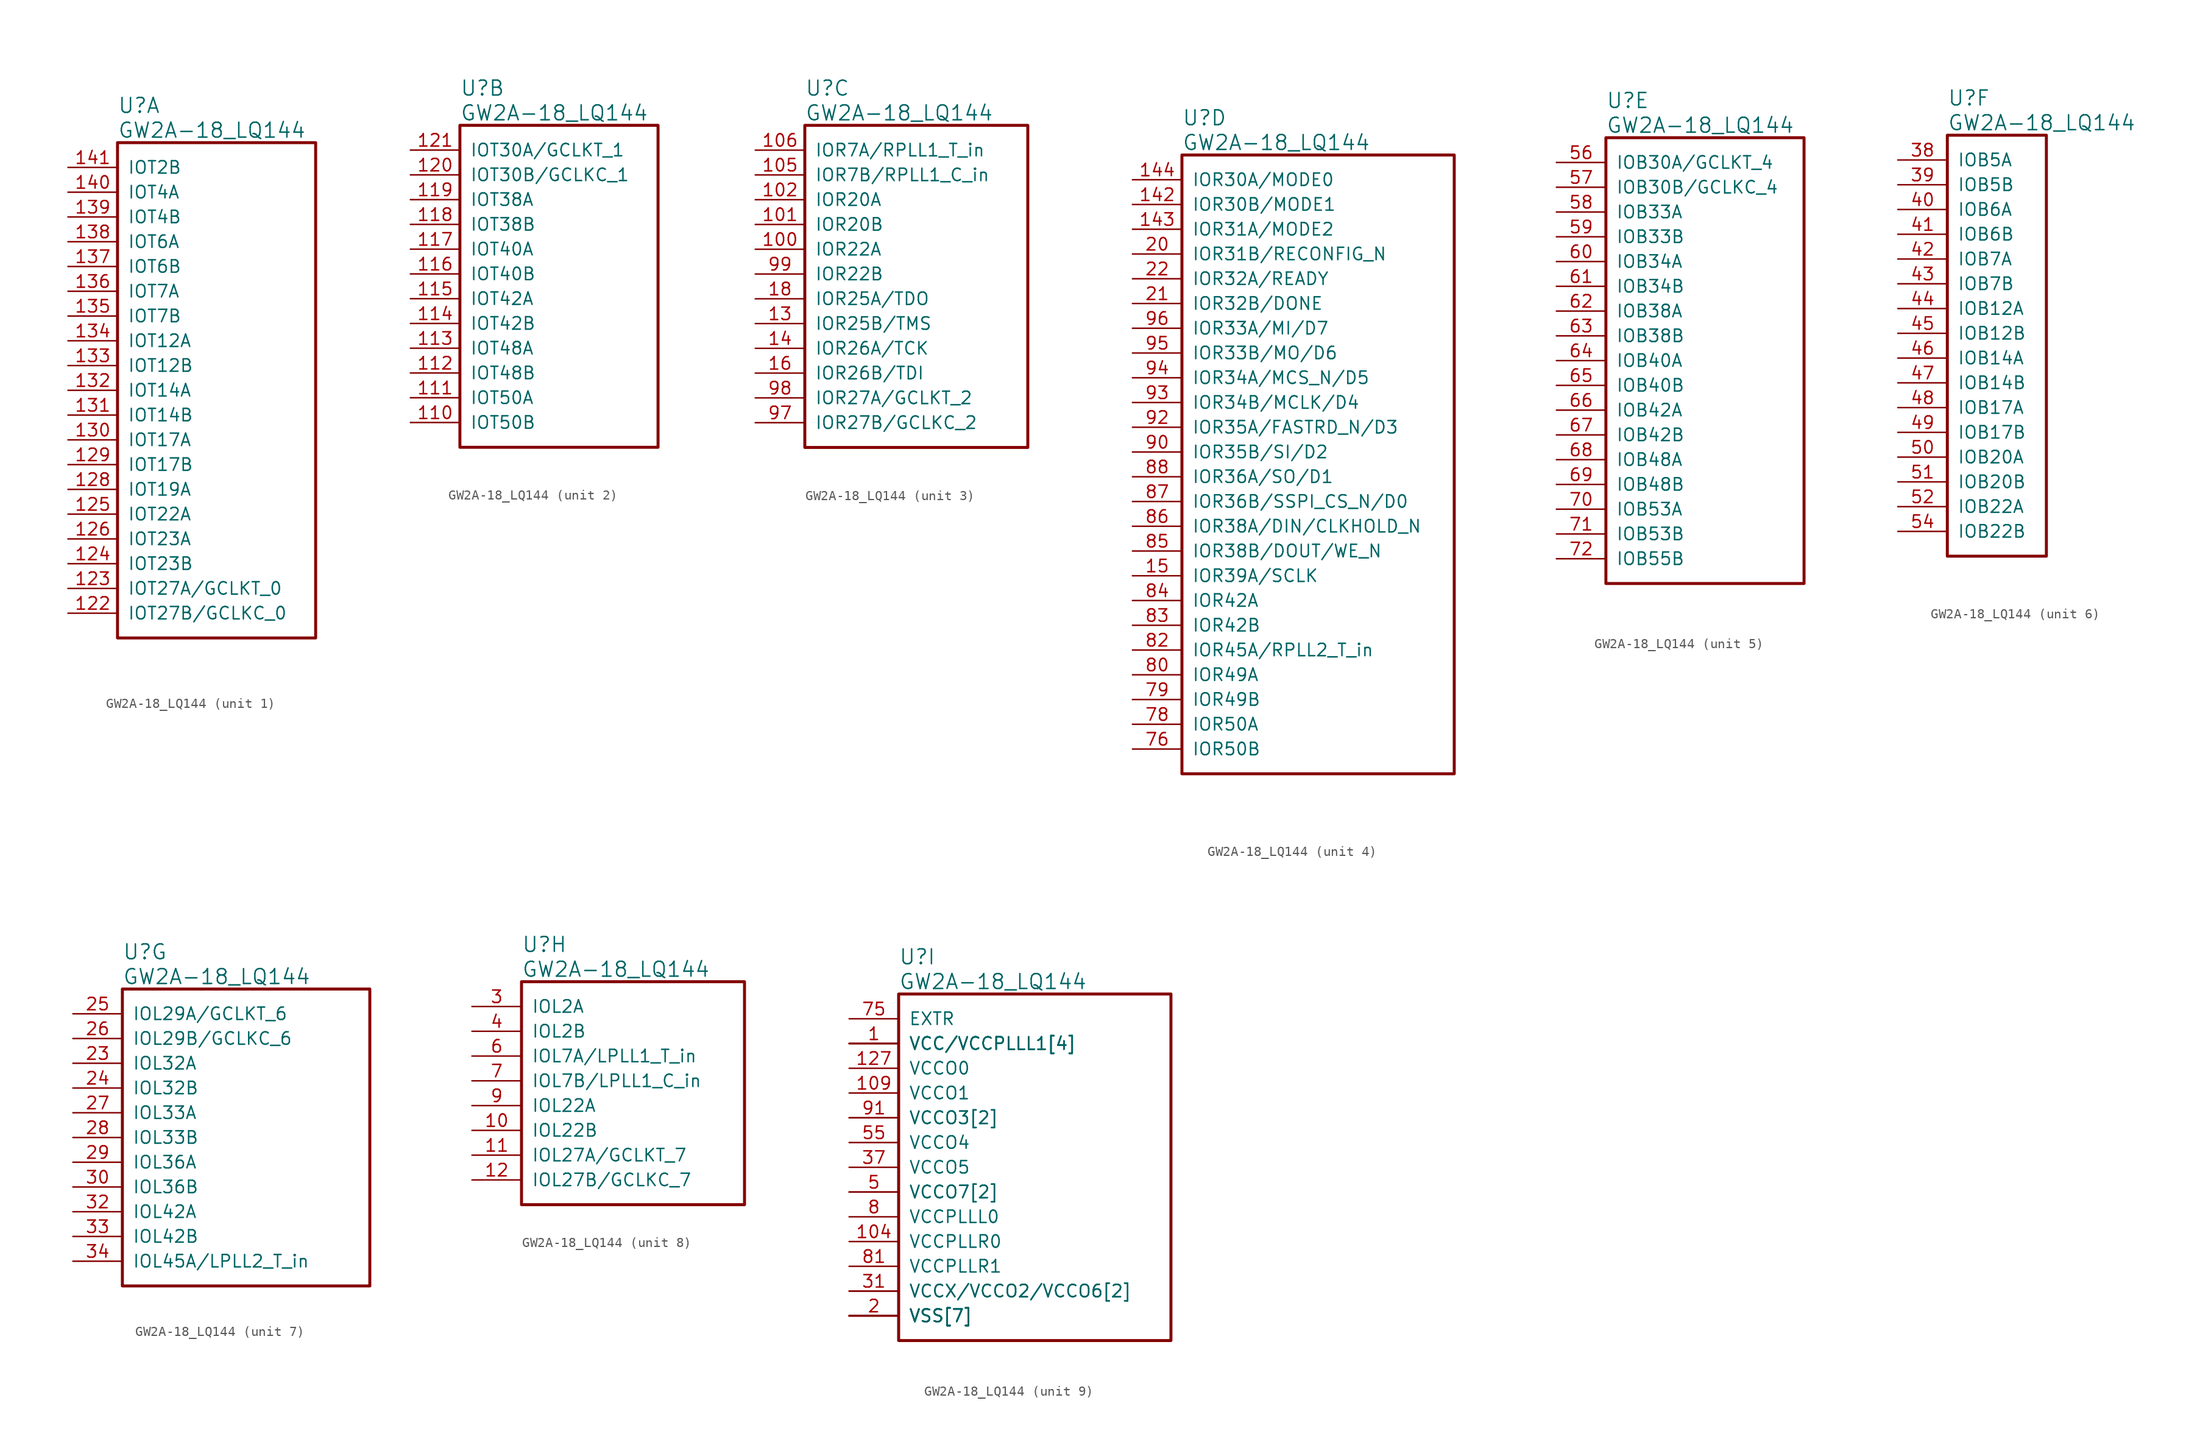
<source format=kicad_sym>
(kicad_symbol_lib
  (version 20211014)
  (generator kicad_symbol_editor)
  (symbol "GW2A-18_LQ144"
    (pin_names
      (offset 1.016))
    (property "Reference" "U"
      (at 5.08 6.35 0)
      (effects (font (size 1.524 1.524)) (justify left)))
    (property "Value" "GW2A-18_LQ144"
      (at 5.08 3.81 0)
      (effects (font (size 1.524 1.524)) (justify left)))
    (property "ki_locked" ""
      (at 0 0 0)
      (effects (font (size 1.27 1.27))))
    (symbol "GW2A-18_LQ144_1_1"
      (rectangle (start 5.08 2.54) (end 25.4 -48.26) (stroke (width 0.305) (type default) (color 0 0 0 0)) (fill (type none)))
      (pin bidirectional line (at 0 -45.72 0) (length 5.08) (name "IOT27B/GCLKC_0" (effects (font (size 1.27 1.27)))) (number "122" (effects (font (size 1.27 1.27)))))
      (pin bidirectional line (at 0 -43.18 0) (length 5.08) (name "IOT27A/GCLKT_0" (effects (font (size 1.27 1.27)))) (number "123" (effects (font (size 1.27 1.27)))))
      (pin bidirectional line (at 0 -40.64 0) (length 5.08) (name "IOT23B" (effects (font (size 1.27 1.27)))) (number "124" (effects (font (size 1.27 1.27)))))
      (pin bidirectional line (at 0 -35.56 0) (length 5.08) (name "IOT22A" (effects (font (size 1.27 1.27)))) (number "125" (effects (font (size 1.27 1.27)))))
      (pin bidirectional line (at 0 -38.1 0) (length 5.08) (name "IOT23A" (effects (font (size 1.27 1.27)))) (number "126" (effects (font (size 1.27 1.27)))))
      (pin bidirectional line (at 0 -33.02 0) (length 5.08) (name "IOT19A" (effects (font (size 1.27 1.27)))) (number "128" (effects (font (size 1.27 1.27)))))
      (pin bidirectional line (at 0 -30.48 0) (length 5.08) (name "IOT17B" (effects (font (size 1.27 1.27)))) (number "129" (effects (font (size 1.27 1.27)))))
      (pin bidirectional line (at 0 -27.94 0) (length 5.08) (name "IOT17A" (effects (font (size 1.27 1.27)))) (number "130" (effects (font (size 1.27 1.27)))))
      (pin bidirectional line (at 0 -25.4 0) (length 5.08) (name "IOT14B" (effects (font (size 1.27 1.27)))) (number "131" (effects (font (size 1.27 1.27)))))
      (pin bidirectional line (at 0 -22.86 0) (length 5.08) (name "IOT14A" (effects (font (size 1.27 1.27)))) (number "132" (effects (font (size 1.27 1.27)))))
      (pin bidirectional line (at 0 -20.32 0) (length 5.08) (name "IOT12B" (effects (font (size 1.27 1.27)))) (number "133" (effects (font (size 1.27 1.27)))))
      (pin bidirectional line (at 0 -17.78 0) (length 5.08) (name "IOT12A" (effects (font (size 1.27 1.27)))) (number "134" (effects (font (size 1.27 1.27)))))
      (pin bidirectional line (at 0 -15.24 0) (length 5.08) (name "IOT7B" (effects (font (size 1.27 1.27)))) (number "135" (effects (font (size 1.27 1.27)))))
      (pin bidirectional line (at 0 -12.7 0) (length 5.08) (name "IOT7A" (effects (font (size 1.27 1.27)))) (number "136" (effects (font (size 1.27 1.27)))))
      (pin bidirectional line (at 0 -10.16 0) (length 5.08) (name "IOT6B" (effects (font (size 1.27 1.27)))) (number "137" (effects (font (size 1.27 1.27)))))
      (pin bidirectional line (at 0 -7.62 0) (length 5.08) (name "IOT6A" (effects (font (size 1.27 1.27)))) (number "138" (effects (font (size 1.27 1.27)))))
      (pin bidirectional line (at 0 -5.08 0) (length 5.08) (name "IOT4B" (effects (font (size 1.27 1.27)))) (number "139" (effects (font (size 1.27 1.27)))))
      (pin bidirectional line (at 0 -2.54 0) (length 5.08) (name "IOT4A" (effects (font (size 1.27 1.27)))) (number "140" (effects (font (size 1.27 1.27)))))
      (pin bidirectional line (at 0 0 0) (length 5.08) (name "IOT2B" (effects (font (size 1.27 1.27)))) (number "141" (effects (font (size 1.27 1.27))))))
    (symbol "GW2A-18_LQ144_2_1"
      (rectangle (start 5.08 2.54) (end 25.4 -30.48) (stroke (width 0.305) (type default) (color 0 0 0 0)) (fill (type none)))
      (pin bidirectional line (at 0 -27.94 0) (length 5.08) (name "IOT50B" (effects (font (size 1.27 1.27)))) (number "110" (effects (font (size 1.27 1.27)))))
      (pin bidirectional line (at 0 -25.4 0) (length 5.08) (name "IOT50A" (effects (font (size 1.27 1.27)))) (number "111" (effects (font (size 1.27 1.27)))))
      (pin bidirectional line (at 0 -22.86 0) (length 5.08) (name "IOT48B" (effects (font (size 1.27 1.27)))) (number "112" (effects (font (size 1.27 1.27)))))
      (pin bidirectional line (at 0 -20.32 0) (length 5.08) (name "IOT48A" (effects (font (size 1.27 1.27)))) (number "113" (effects (font (size 1.27 1.27)))))
      (pin bidirectional line (at 0 -17.78 0) (length 5.08) (name "IOT42B" (effects (font (size 1.27 1.27)))) (number "114" (effects (font (size 1.27 1.27)))))
      (pin bidirectional line (at 0 -15.24 0) (length 5.08) (name "IOT42A" (effects (font (size 1.27 1.27)))) (number "115" (effects (font (size 1.27 1.27)))))
      (pin bidirectional line (at 0 -12.7 0) (length 5.08) (name "IOT40B" (effects (font (size 1.27 1.27)))) (number "116" (effects (font (size 1.27 1.27)))))
      (pin bidirectional line (at 0 -10.16 0) (length 5.08) (name "IOT40A" (effects (font (size 1.27 1.27)))) (number "117" (effects (font (size 1.27 1.27)))))
      (pin bidirectional line (at 0 -7.62 0) (length 5.08) (name "IOT38B" (effects (font (size 1.27 1.27)))) (number "118" (effects (font (size 1.27 1.27)))))
      (pin bidirectional line (at 0 -5.08 0) (length 5.08) (name "IOT38A" (effects (font (size 1.27 1.27)))) (number "119" (effects (font (size 1.27 1.27)))))
      (pin bidirectional line (at 0 -2.54 0) (length 5.08) (name "IOT30B/GCLKC_1" (effects (font (size 1.27 1.27)))) (number "120" (effects (font (size 1.27 1.27)))))
      (pin bidirectional line (at 0 0 0) (length 5.08) (name "IOT30A/GCLKT_1" (effects (font (size 1.27 1.27)))) (number "121" (effects (font (size 1.27 1.27))))))
    (symbol "GW2A-18_LQ144_3_1"
      (rectangle (start 5.08 2.54) (end 27.94 -30.48) (stroke (width 0.305) (type default) (color 0 0 0 0)) (fill (type none)))
      (pin bidirectional line (at 0 -10.16 0) (length 5.08) (name "IOR22A" (effects (font (size 1.27 1.27)))) (number "100" (effects (font (size 1.27 1.27)))))
      (pin bidirectional line (at 0 -7.62 0) (length 5.08) (name "IOR20B" (effects (font (size 1.27 1.27)))) (number "101" (effects (font (size 1.27 1.27)))))
      (pin bidirectional line (at 0 -5.08 0) (length 5.08) (name "IOR20A" (effects (font (size 1.27 1.27)))) (number "102" (effects (font (size 1.27 1.27)))))
      (pin bidirectional line (at 0 -2.54 0) (length 5.08) (name "IOR7B/RPLL1_C_in" (effects (font (size 1.27 1.27)))) (number "105" (effects (font (size 1.27 1.27)))))
      (pin bidirectional line (at 0 0 0) (length 5.08) (name "IOR7A/RPLL1_T_in" (effects (font (size 1.27 1.27)))) (number "106" (effects (font (size 1.27 1.27)))))
      (pin bidirectional line (at 0 -17.78 0) (length 5.08) (name "IOR25B/TMS" (effects (font (size 1.27 1.27)))) (number "13" (effects (font (size 1.27 1.27)))))
      (pin bidirectional line (at 0 -20.32 0) (length 5.08) (name "IOR26A/TCK" (effects (font (size 1.27 1.27)))) (number "14" (effects (font (size 1.27 1.27)))))
      (pin bidirectional line (at 0 -22.86 0) (length 5.08) (name "IOR26B/TDI" (effects (font (size 1.27 1.27)))) (number "16" (effects (font (size 1.27 1.27)))))
      (pin bidirectional line (at 0 -15.24 0) (length 5.08) (name "IOR25A/TDO" (effects (font (size 1.27 1.27)))) (number "18" (effects (font (size 1.27 1.27)))))
      (pin bidirectional line (at 0 -27.94 0) (length 5.08) (name "IOR27B/GCLKC_2" (effects (font (size 1.27 1.27)))) (number "97" (effects (font (size 1.27 1.27)))))
      (pin bidirectional line (at 0 -25.4 0) (length 5.08) (name "IOR27A/GCLKT_2" (effects (font (size 1.27 1.27)))) (number "98" (effects (font (size 1.27 1.27)))))
      (pin bidirectional line (at 0 -12.7 0) (length 5.08) (name "IOR22B" (effects (font (size 1.27 1.27)))) (number "99" (effects (font (size 1.27 1.27))))))
    (symbol "GW2A-18_LQ144_4_1"
      (rectangle (start 5.08 2.54) (end 33.02 -60.96) (stroke (width 0.305) (type default) (color 0 0 0 0)) (fill (type none)))
      (pin bidirectional line (at 0 -2.54 0) (length 5.08) (name "IOR30B/MODE1" (effects (font (size 1.27 1.27)))) (number "142" (effects (font (size 1.27 1.27)))))
      (pin bidirectional line (at 0 -5.08 0) (length 5.08) (name "IOR31A/MODE2" (effects (font (size 1.27 1.27)))) (number "143" (effects (font (size 1.27 1.27)))))
      (pin bidirectional line (at 0 0 0) (length 5.08) (name "IOR30A/MODE0" (effects (font (size 1.27 1.27)))) (number "144" (effects (font (size 1.27 1.27)))))
      (pin bidirectional line (at 0 -40.64 0) (length 5.08) (name "IOR39A/SCLK" (effects (font (size 1.27 1.27)))) (number "15" (effects (font (size 1.27 1.27)))))
      (pin bidirectional line (at 0 -7.62 0) (length 5.08) (name "IOR31B/RECONFIG_N" (effects (font (size 1.27 1.27)))) (number "20" (effects (font (size 1.27 1.27)))))
      (pin bidirectional line (at 0 -12.7 0) (length 5.08) (name "IOR32B/DONE" (effects (font (size 1.27 1.27)))) (number "21" (effects (font (size 1.27 1.27)))))
      (pin bidirectional line (at 0 -10.16 0) (length 5.08) (name "IOR32A/READY" (effects (font (size 1.27 1.27)))) (number "22" (effects (font (size 1.27 1.27)))))
      (pin bidirectional line (at 0 -58.42 0) (length 5.08) (name "IOR50B" (effects (font (size 1.27 1.27)))) (number "76" (effects (font (size 1.27 1.27)))))
      (pin bidirectional line (at 0 -55.88 0) (length 5.08) (name "IOR50A" (effects (font (size 1.27 1.27)))) (number "78" (effects (font (size 1.27 1.27)))))
      (pin bidirectional line (at 0 -53.34 0) (length 5.08) (name "IOR49B" (effects (font (size 1.27 1.27)))) (number "79" (effects (font (size 1.27 1.27)))))
      (pin bidirectional line (at 0 -50.8 0) (length 5.08) (name "IOR49A" (effects (font (size 1.27 1.27)))) (number "80" (effects (font (size 1.27 1.27)))))
      (pin bidirectional line (at 0 -48.26 0) (length 5.08) (name "IOR45A/RPLL2_T_in" (effects (font (size 1.27 1.27)))) (number "82" (effects (font (size 1.27 1.27)))))
      (pin bidirectional line (at 0 -45.72 0) (length 5.08) (name "IOR42B" (effects (font (size 1.27 1.27)))) (number "83" (effects (font (size 1.27 1.27)))))
      (pin bidirectional line (at 0 -43.18 0) (length 5.08) (name "IOR42A" (effects (font (size 1.27 1.27)))) (number "84" (effects (font (size 1.27 1.27)))))
      (pin bidirectional line (at 0 -38.1 0) (length 5.08) (name "IOR38B/DOUT/WE_N" (effects (font (size 1.27 1.27)))) (number "85" (effects (font (size 1.27 1.27)))))
      (pin bidirectional line (at 0 -35.56 0) (length 5.08) (name "IOR38A/DIN/CLKHOLD_N" (effects (font (size 1.27 1.27)))) (number "86" (effects (font (size 1.27 1.27)))))
      (pin bidirectional line (at 0 -33.02 0) (length 5.08) (name "IOR36B/SSPI_CS_N/D0" (effects (font (size 1.27 1.27)))) (number "87" (effects (font (size 1.27 1.27)))))
      (pin bidirectional line (at 0 -30.48 0) (length 5.08) (name "IOR36A/SO/D1" (effects (font (size 1.27 1.27)))) (number "88" (effects (font (size 1.27 1.27)))))
      (pin bidirectional line (at 0 -27.94 0) (length 5.08) (name "IOR35B/SI/D2" (effects (font (size 1.27 1.27)))) (number "90" (effects (font (size 1.27 1.27)))))
      (pin bidirectional line (at 0 -25.4 0) (length 5.08) (name "IOR35A/FASTRD_N/D3" (effects (font (size 1.27 1.27)))) (number "92" (effects (font (size 1.27 1.27)))))
      (pin bidirectional line (at 0 -22.86 0) (length 5.08) (name "IOR34B/MCLK/D4" (effects (font (size 1.27 1.27)))) (number "93" (effects (font (size 1.27 1.27)))))
      (pin bidirectional line (at 0 -20.32 0) (length 5.08) (name "IOR34A/MCS_N/D5" (effects (font (size 1.27 1.27)))) (number "94" (effects (font (size 1.27 1.27)))))
      (pin bidirectional line (at 0 -17.78 0) (length 5.08) (name "IOR33B/MO/D6" (effects (font (size 1.27 1.27)))) (number "95" (effects (font (size 1.27 1.27)))))
      (pin bidirectional line (at 0 -15.24 0) (length 5.08) (name "IOR33A/MI/D7" (effects (font (size 1.27 1.27)))) (number "96" (effects (font (size 1.27 1.27))))))
    (symbol "GW2A-18_LQ144_5_1"
      (rectangle (start 5.08 2.54) (end 25.4 -43.18) (stroke (width 0.305) (type default) (color 0 0 0 0)) (fill (type none)))
      (pin bidirectional line (at 0 0 0) (length 5.08) (name "IOB30A/GCLKT_4" (effects (font (size 1.27 1.27)))) (number "56" (effects (font (size 1.27 1.27)))))
      (pin bidirectional line (at 0 -2.54 0) (length 5.08) (name "IOB30B/GCLKC_4" (effects (font (size 1.27 1.27)))) (number "57" (effects (font (size 1.27 1.27)))))
      (pin bidirectional line (at 0 -5.08 0) (length 5.08) (name "IOB33A" (effects (font (size 1.27 1.27)))) (number "58" (effects (font (size 1.27 1.27)))))
      (pin bidirectional line (at 0 -7.62 0) (length 5.08) (name "IOB33B" (effects (font (size 1.27 1.27)))) (number "59" (effects (font (size 1.27 1.27)))))
      (pin bidirectional line (at 0 -10.16 0) (length 5.08) (name "IOB34A" (effects (font (size 1.27 1.27)))) (number "60" (effects (font (size 1.27 1.27)))))
      (pin bidirectional line (at 0 -12.7 0) (length 5.08) (name "IOB34B" (effects (font (size 1.27 1.27)))) (number "61" (effects (font (size 1.27 1.27)))))
      (pin bidirectional line (at 0 -15.24 0) (length 5.08) (name "IOB38A" (effects (font (size 1.27 1.27)))) (number "62" (effects (font (size 1.27 1.27)))))
      (pin bidirectional line (at 0 -17.78 0) (length 5.08) (name "IOB38B" (effects (font (size 1.27 1.27)))) (number "63" (effects (font (size 1.27 1.27)))))
      (pin bidirectional line (at 0 -20.32 0) (length 5.08) (name "IOB40A" (effects (font (size 1.27 1.27)))) (number "64" (effects (font (size 1.27 1.27)))))
      (pin bidirectional line (at 0 -22.86 0) (length 5.08) (name "IOB40B" (effects (font (size 1.27 1.27)))) (number "65" (effects (font (size 1.27 1.27)))))
      (pin bidirectional line (at 0 -25.4 0) (length 5.08) (name "IOB42A" (effects (font (size 1.27 1.27)))) (number "66" (effects (font (size 1.27 1.27)))))
      (pin bidirectional line (at 0 -27.94 0) (length 5.08) (name "IOB42B" (effects (font (size 1.27 1.27)))) (number "67" (effects (font (size 1.27 1.27)))))
      (pin bidirectional line (at 0 -30.48 0) (length 5.08) (name "IOB48A" (effects (font (size 1.27 1.27)))) (number "68" (effects (font (size 1.27 1.27)))))
      (pin bidirectional line (at 0 -33.02 0) (length 5.08) (name "IOB48B" (effects (font (size 1.27 1.27)))) (number "69" (effects (font (size 1.27 1.27)))))
      (pin bidirectional line (at 0 -35.56 0) (length 5.08) (name "IOB53A" (effects (font (size 1.27 1.27)))) (number "70" (effects (font (size 1.27 1.27)))))
      (pin bidirectional line (at 0 -38.1 0) (length 5.08) (name "IOB53B" (effects (font (size 1.27 1.27)))) (number "71" (effects (font (size 1.27 1.27)))))
      (pin bidirectional line (at 0 -40.64 0) (length 5.08) (name "IOB55B" (effects (font (size 1.27 1.27)))) (number "72" (effects (font (size 1.27 1.27))))))
    (symbol "GW2A-18_LQ144_6_1"
      (rectangle (start 5.08 2.54) (end 15.24 -40.64) (stroke (width 0.305) (type default) (color 0 0 0 0)) (fill (type none)))
      (pin bidirectional line (at 0 0 0) (length 5.08) (name "IOB5A" (effects (font (size 1.27 1.27)))) (number "38" (effects (font (size 1.27 1.27)))))
      (pin bidirectional line (at 0 -2.54 0) (length 5.08) (name "IOB5B" (effects (font (size 1.27 1.27)))) (number "39" (effects (font (size 1.27 1.27)))))
      (pin bidirectional line (at 0 -5.08 0) (length 5.08) (name "IOB6A" (effects (font (size 1.27 1.27)))) (number "40" (effects (font (size 1.27 1.27)))))
      (pin bidirectional line (at 0 -7.62 0) (length 5.08) (name "IOB6B" (effects (font (size 1.27 1.27)))) (number "41" (effects (font (size 1.27 1.27)))))
      (pin bidirectional line (at 0 -10.16 0) (length 5.08) (name "IOB7A" (effects (font (size 1.27 1.27)))) (number "42" (effects (font (size 1.27 1.27)))))
      (pin bidirectional line (at 0 -12.7 0) (length 5.08) (name "IOB7B" (effects (font (size 1.27 1.27)))) (number "43" (effects (font (size 1.27 1.27)))))
      (pin bidirectional line (at 0 -15.24 0) (length 5.08) (name "IOB12A" (effects (font (size 1.27 1.27)))) (number "44" (effects (font (size 1.27 1.27)))))
      (pin bidirectional line (at 0 -17.78 0) (length 5.08) (name "IOB12B" (effects (font (size 1.27 1.27)))) (number "45" (effects (font (size 1.27 1.27)))))
      (pin bidirectional line (at 0 -20.32 0) (length 5.08) (name "IOB14A" (effects (font (size 1.27 1.27)))) (number "46" (effects (font (size 1.27 1.27)))))
      (pin bidirectional line (at 0 -22.86 0) (length 5.08) (name "IOB14B" (effects (font (size 1.27 1.27)))) (number "47" (effects (font (size 1.27 1.27)))))
      (pin bidirectional line (at 0 -25.4 0) (length 5.08) (name "IOB17A" (effects (font (size 1.27 1.27)))) (number "48" (effects (font (size 1.27 1.27)))))
      (pin bidirectional line (at 0 -27.94 0) (length 5.08) (name "IOB17B" (effects (font (size 1.27 1.27)))) (number "49" (effects (font (size 1.27 1.27)))))
      (pin bidirectional line (at 0 -30.48 0) (length 5.08) (name "IOB20A" (effects (font (size 1.27 1.27)))) (number "50" (effects (font (size 1.27 1.27)))))
      (pin bidirectional line (at 0 -33.02 0) (length 5.08) (name "IOB20B" (effects (font (size 1.27 1.27)))) (number "51" (effects (font (size 1.27 1.27)))))
      (pin bidirectional line (at 0 -35.56 0) (length 5.08) (name "IOB22A" (effects (font (size 1.27 1.27)))) (number "52" (effects (font (size 1.27 1.27)))))
      (pin bidirectional line (at 0 -38.1 0) (length 5.08) (name "IOB22B" (effects (font (size 1.27 1.27)))) (number "54" (effects (font (size 1.27 1.27))))))
    (symbol "GW2A-18_LQ144_7_1"
      (rectangle (start 5.08 2.54) (end 30.48 -27.94) (stroke (width 0.305) (type default) (color 0 0 0 0)) (fill (type none)))
      (pin bidirectional line (at 0 -5.08 0) (length 5.08) (name "IOL32A" (effects (font (size 1.27 1.27)))) (number "23" (effects (font (size 1.27 1.27)))))
      (pin bidirectional line (at 0 -7.62 0) (length 5.08) (name "IOL32B" (effects (font (size 1.27 1.27)))) (number "24" (effects (font (size 1.27 1.27)))))
      (pin bidirectional line (at 0 0 0) (length 5.08) (name "IOL29A/GCLKT_6" (effects (font (size 1.27 1.27)))) (number "25" (effects (font (size 1.27 1.27)))))
      (pin bidirectional line (at 0 -2.54 0) (length 5.08) (name "IOL29B/GCLKC_6" (effects (font (size 1.27 1.27)))) (number "26" (effects (font (size 1.27 1.27)))))
      (pin bidirectional line (at 0 -10.16 0) (length 5.08) (name "IOL33A" (effects (font (size 1.27 1.27)))) (number "27" (effects (font (size 1.27 1.27)))))
      (pin bidirectional line (at 0 -12.7 0) (length 5.08) (name "IOL33B" (effects (font (size 1.27 1.27)))) (number "28" (effects (font (size 1.27 1.27)))))
      (pin bidirectional line (at 0 -15.24 0) (length 5.08) (name "IOL36A" (effects (font (size 1.27 1.27)))) (number "29" (effects (font (size 1.27 1.27)))))
      (pin bidirectional line (at 0 -17.78 0) (length 5.08) (name "IOL36B" (effects (font (size 1.27 1.27)))) (number "30" (effects (font (size 1.27 1.27)))))
      (pin bidirectional line (at 0 -20.32 0) (length 5.08) (name "IOL42A" (effects (font (size 1.27 1.27)))) (number "32" (effects (font (size 1.27 1.27)))))
      (pin bidirectional line (at 0 -22.86 0) (length 5.08) (name "IOL42B" (effects (font (size 1.27 1.27)))) (number "33" (effects (font (size 1.27 1.27)))))
      (pin bidirectional line (at 0 -25.4 0) (length 5.08) (name "IOL45A/LPLL2_T_in" (effects (font (size 1.27 1.27)))) (number "34" (effects (font (size 1.27 1.27))))))
    (symbol "GW2A-18_LQ144_8_1"
      (rectangle (start 5.08 2.54) (end 27.94 -20.32) (stroke (width 0.305) (type default) (color 0 0 0 0)) (fill (type none)))
      (pin bidirectional line (at 0 -12.7 0) (length 5.08) (name "IOL22B" (effects (font (size 1.27 1.27)))) (number "10" (effects (font (size 1.27 1.27)))))
      (pin bidirectional line (at 0 -15.24 0) (length 5.08) (name "IOL27A/GCLKT_7" (effects (font (size 1.27 1.27)))) (number "11" (effects (font (size 1.27 1.27)))))
      (pin bidirectional line (at 0 -17.78 0) (length 5.08) (name "IOL27B/GCLKC_7" (effects (font (size 1.27 1.27)))) (number "12" (effects (font (size 1.27 1.27)))))
      (pin bidirectional line (at 0 0 0) (length 5.08) (name "IOL2A" (effects (font (size 1.27 1.27)))) (number "3" (effects (font (size 1.27 1.27)))))
      (pin bidirectional line (at 0 -2.54 0) (length 5.08) (name "IOL2B" (effects (font (size 1.27 1.27)))) (number "4" (effects (font (size 1.27 1.27)))))
      (pin bidirectional line (at 0 -5.08 0) (length 5.08) (name "IOL7A/LPLL1_T_in" (effects (font (size 1.27 1.27)))) (number "6" (effects (font (size 1.27 1.27)))))
      (pin bidirectional line (at 0 -7.62 0) (length 5.08) (name "IOL7B/LPLL1_C_in" (effects (font (size 1.27 1.27)))) (number "7" (effects (font (size 1.27 1.27)))))
      (pin bidirectional line (at 0 -10.16 0) (length 5.08) (name "IOL22A" (effects (font (size 1.27 1.27)))) (number "9" (effects (font (size 1.27 1.27))))))
    (symbol "GW2A-18_LQ144_9_1"
      (rectangle (start 5.08 2.54) (end 33.02 -33.02) (stroke (width 0.305) (type default) (color 0 0 0 0)) (fill (type none)))
      (pin power_in line (at 0 -2.54 0) (length 5.08) (name "VCC/VCCPLLL1[4]" (effects (font (size 1.27 1.27)))) (number "1" (effects (font (size 1.27 1.27)))))
      (pin power_in line (at 0 -27.94 0) (length 5.08) (name "VCCX/VCCO2/VCCO6[2]" (effects (font (size 1.27 1.27)))) (number "103" (effects (font (size 0 0)))))
      (pin power_in line (at 0 -22.86 0) (length 5.08) (name "VCCPLLR0" (effects (font (size 1.27 1.27)))) (number "104" (effects (font (size 1.27 1.27)))))
      (pin power_in line (at 0 -30.48 0) (length 5.08) (name "VSS[7]" (effects (font (size 1.27 1.27)))) (number "107" (effects (font (size 0 0)))))
      (pin power_in line (at 0 -2.54 0) (length 5.08) (name "VCC/VCCPLLL1[4]" (effects (font (size 1.27 1.27)))) (number "108" (effects (font (size 0 0)))))
      (pin power_in line (at 0 -7.62 0) (length 5.08) (name "VCCO1" (effects (font (size 1.27 1.27)))) (number "109" (effects (font (size 1.27 1.27)))))
      (pin power_in line (at 0 -5.08 0) (length 5.08) (name "VCCO0" (effects (font (size 1.27 1.27)))) (number "127" (effects (font (size 1.27 1.27)))))
      (pin power_in line (at 0 -30.48 0) (length 5.08) (name "VSS[7]" (effects (font (size 1.27 1.27)))) (number "17" (effects (font (size 0 0)))))
      (pin power_in line (at 0 -17.78 0) (length 5.08) (name "VCCO7[2]" (effects (font (size 1.27 1.27)))) (number "19" (effects (font (size 0 0)))))
      (pin power_in line (at 0 -30.48 0) (length 5.08) (name "VSS[7]" (effects (font (size 1.27 1.27)))) (number "2" (effects (font (size 1.27 1.27)))))
      (pin power_in line (at 0 -27.94 0) (length 5.08) (name "VCCX/VCCO2/VCCO6[2]" (effects (font (size 1.27 1.27)))) (number "31" (effects (font (size 1.27 1.27)))))
      (pin power_in line (at 0 -30.48 0) (length 5.08) (name "VSS[7]" (effects (font (size 1.27 1.27)))) (number "35" (effects (font (size 0 0)))))
      (pin power_in line (at 0 -2.54 0) (length 5.08) (name "VCC/VCCPLLL1[4]" (effects (font (size 1.27 1.27)))) (number "36" (effects (font (size 0 0)))))
      (pin power_in line (at 0 -15.24 0) (length 5.08) (name "VCCO5" (effects (font (size 1.27 1.27)))) (number "37" (effects (font (size 1.27 1.27)))))
      (pin power_in line (at 0 -17.78 0) (length 5.08) (name "VCCO7[2]" (effects (font (size 1.27 1.27)))) (number "5" (effects (font (size 1.27 1.27)))))
      (pin power_in line (at 0 -30.48 0) (length 5.08) (name "VSS[7]" (effects (font (size 1.27 1.27)))) (number "53" (effects (font (size 0 0)))))
      (pin power_in line (at 0 -12.7 0) (length 5.08) (name "VCCO4" (effects (font (size 1.27 1.27)))) (number "55" (effects (font (size 1.27 1.27)))))
      (pin power_in line (at 0 -2.54 0) (length 5.08) (name "VCC/VCCPLLL1[4]" (effects (font (size 1.27 1.27)))) (number "73" (effects (font (size 0 0)))))
      (pin power_in line (at 0 -30.48 0) (length 5.08) (name "VSS[7]" (effects (font (size 1.27 1.27)))) (number "74" (effects (font (size 0 0)))))
      (pin power_in line (at 0 0 0) (length 5.08) (name "EXTR" (effects (font (size 1.27 1.27)))) (number "75" (effects (font (size 1.27 1.27)))))
      (pin power_in line (at 0 -10.16 0) (length 5.08) (name "VCCO3[2]" (effects (font (size 1.27 1.27)))) (number "77" (effects (font (size 0 0)))))
      (pin power_in line (at 0 -20.32 0) (length 5.08) (name "VCCPLLL0" (effects (font (size 1.27 1.27)))) (number "8" (effects (font (size 1.27 1.27)))))
      (pin power_in line (at 0 -25.4 0) (length 5.08) (name "VCCPLLR1" (effects (font (size 1.27 1.27)))) (number "81" (effects (font (size 1.27 1.27)))))
      (pin power_in line (at 0 -30.48 0) (length 5.08) (name "VSS[7]" (effects (font (size 1.27 1.27)))) (number "89" (effects (font (size 0 0)))))
      (pin power_in line (at 0 -10.16 0) (length 5.08) (name "VCCO3[2]" (effects (font (size 1.27 1.27)))) (number "91" (effects (font (size 1.27 1.27))))))))
</source>
